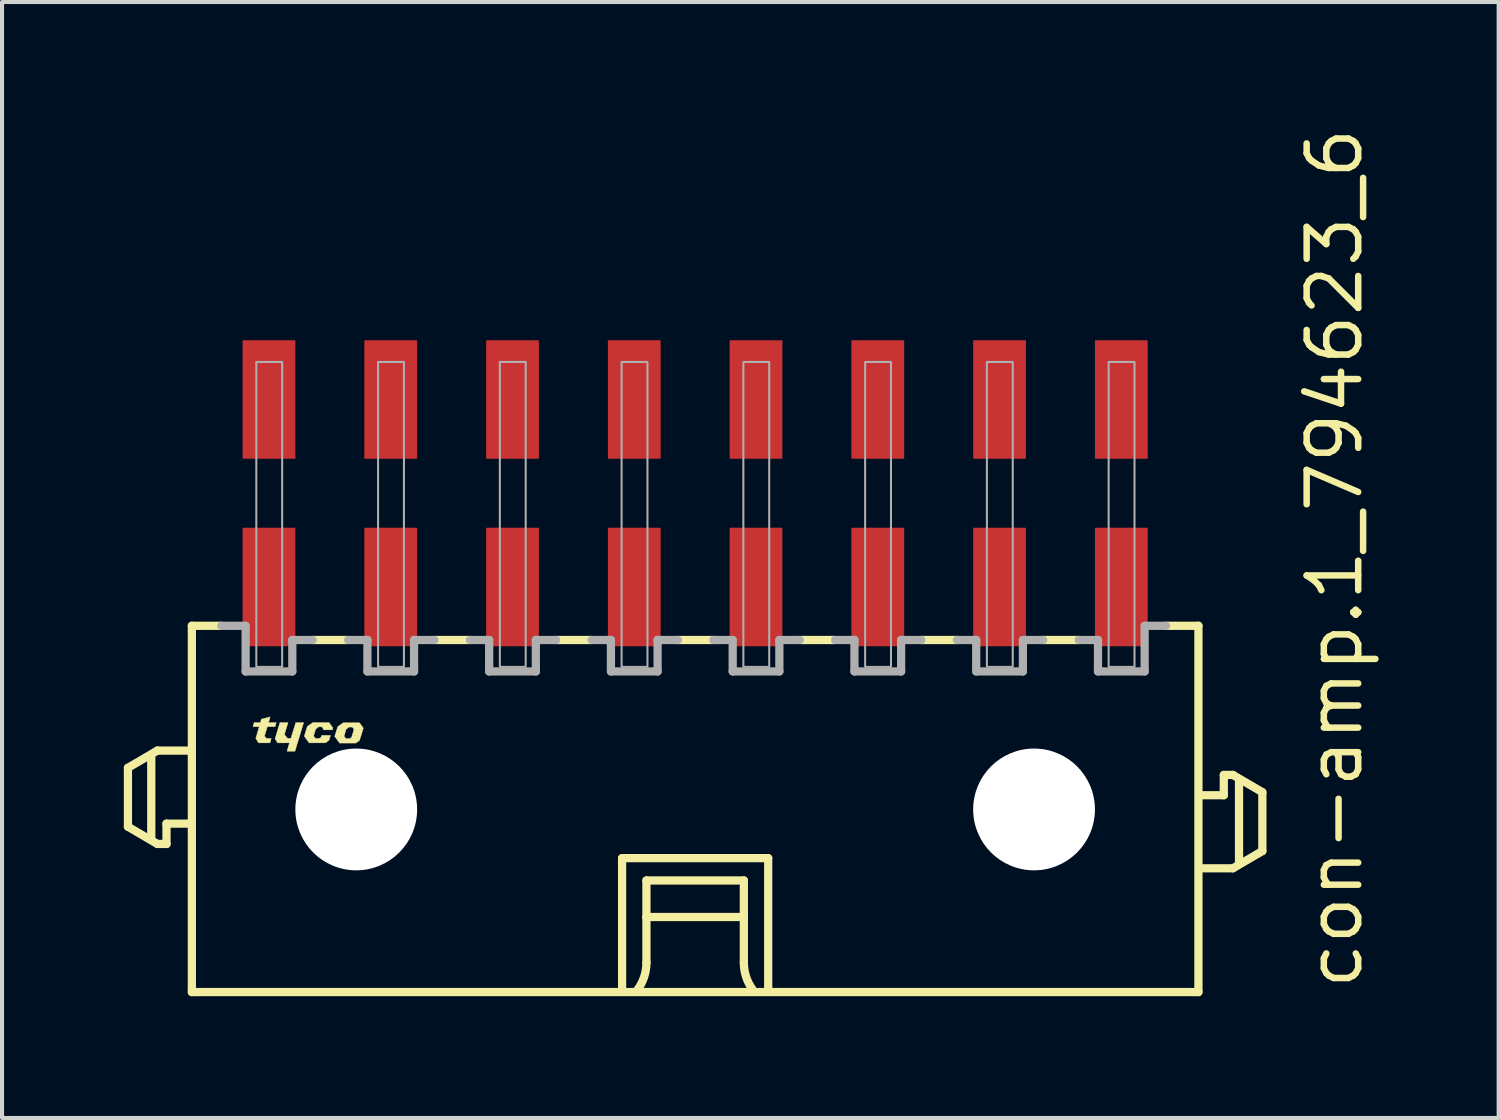
<source format=kicad_pcb>
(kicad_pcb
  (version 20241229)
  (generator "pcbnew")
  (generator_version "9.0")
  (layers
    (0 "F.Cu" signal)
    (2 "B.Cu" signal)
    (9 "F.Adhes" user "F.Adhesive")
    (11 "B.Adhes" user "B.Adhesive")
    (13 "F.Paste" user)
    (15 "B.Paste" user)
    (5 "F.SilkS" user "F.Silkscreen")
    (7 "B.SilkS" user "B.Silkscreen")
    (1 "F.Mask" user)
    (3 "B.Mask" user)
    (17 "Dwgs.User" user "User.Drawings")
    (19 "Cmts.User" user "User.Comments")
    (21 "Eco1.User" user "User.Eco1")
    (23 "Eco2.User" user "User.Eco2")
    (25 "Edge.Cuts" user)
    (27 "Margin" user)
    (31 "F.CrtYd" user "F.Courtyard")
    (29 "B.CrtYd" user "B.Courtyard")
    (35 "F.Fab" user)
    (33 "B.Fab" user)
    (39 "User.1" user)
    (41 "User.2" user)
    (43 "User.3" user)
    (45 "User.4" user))
  (footprint "con-amp.1_794623_6"
    (layer "F.Cu")
    (at 14.077 16.893)
    (property "Reference" "con-amp.1_794623_6" (at 16.5 4.5 90) (layer "F.SilkS") (effects (font (size 1.27 1.27) (thickness 0.16)) (justify left bottom)))
    (attr smd)
    (fp_line (start -13.975 -1.025) (end -13.975 0.425) (stroke (width 0.203) (type default)) (layer "F.SilkS"))
    (fp_line (start -13.975 0.425) (end -13.25 0.85) (stroke (width 0.203) (type default)) (layer "F.SilkS"))
    (fp_line (start -13.4 0.7) (end -13.4 -1.3) (stroke (width 0.203) (type default)) (layer "F.SilkS"))
    (fp_line (start -13.25 -1.45) (end -13.975 -1.025) (stroke (width 0.203) (type default)) (layer "F.SilkS"))
    (fp_line (start -13.25 0.85) (end -13.025 0.85) (stroke (width 0.203) (type default)) (layer "F.SilkS"))
    (fp_line (start -13.025 0.35) (end -12.5 0.35) (stroke (width 0.203) (type default)) (layer "F.SilkS"))
    (fp_line (start -13.025 0.85) (end -13.025 0.35) (stroke (width 0.203) (type default)) (layer "F.SilkS"))
    (fp_line (start -12.5 -1.45) (end -13.25 -1.45) (stroke (width 0.203) (type default)) (layer "F.SilkS"))
    (fp_line (start -12.4 -4.525) (end -12.4 4.5) (stroke (width 0.203) (type default)) (layer "F.SilkS"))
    (fp_line (start -12.4 -4.525) (end -11.675 -4.525) (stroke (width 0.203) (type default)) (layer "F.SilkS"))
    (fp_line (start -12.4 4.5) (end 12.4 4.5) (stroke (width 0.203) (type default)) (layer "F.SilkS"))
    (fp_line (start -8.55 -4.175) (end -9.425 -4.175) (stroke (width 0.203) (type default)) (layer "F.SilkS"))
    (fp_line (start -5.55 -4.175) (end -6.425 -4.175) (stroke (width 0.203) (type default)) (layer "F.SilkS"))
    (fp_line (start -2.55 -4.175) (end -3.425 -4.175) (stroke (width 0.203) (type default)) (layer "F.SilkS"))
    (fp_line (start -1.8 1.2) (end 1.8 1.2) (stroke (width 0.203) (type default)) (layer "F.SilkS"))
    (fp_line (start -1.8 4.4) (end -1.8 1.2) (stroke (width 0.203) (type default)) (layer "F.SilkS"))
    (fp_line (start -1.2 1.75) (end -1.2 2.65) (stroke (width 0.203) (type default)) (layer "F.SilkS"))
    (fp_line (start -1.2 2.65) (end -1.2 3.775) (stroke (width 0.203) (type default)) (layer "F.SilkS"))
    (fp_line (start -1.2 2.65) (end 1.2 2.65) (stroke (width 0.203) (type default)) (layer "F.SilkS"))
    (fp_line (start 0.45 -4.175) (end -0.425 -4.175) (stroke (width 0.203) (type default)) (layer "F.SilkS"))
    (fp_line (start 1.2 1.75) (end -1.2 1.75) (stroke (width 0.203) (type default)) (layer "F.SilkS"))
    (fp_line (start 1.2 2.65) (end 1.2 1.75) (stroke (width 0.203) (type default)) (layer "F.SilkS"))
    (fp_line (start 1.2 2.65) (end 1.2 3.775) (stroke (width 0.203) (type default)) (layer "F.SilkS"))
    (fp_line (start 1.8 1.2) (end 1.8 4.4) (stroke (width 0.203) (type default)) (layer "F.SilkS"))
    (fp_line (start 3.45 -4.175) (end 2.575 -4.175) (stroke (width 0.203) (type default)) (layer "F.SilkS"))
    (fp_line (start 6.45 -4.175) (end 5.575 -4.175) (stroke (width 0.203) (type default)) (layer "F.SilkS"))
    (fp_line (start 9.45 -4.175) (end 8.575 -4.175) (stroke (width 0.203) (type default)) (layer "F.SilkS"))
    (fp_line (start 12.4 -4.525) (end 11.6 -4.525) (stroke (width 0.203) (type default)) (layer "F.SilkS"))
    (fp_line (start 12.4 4.5) (end 12.4 -4.525) (stroke (width 0.203) (type default)) (layer "F.SilkS"))
    (fp_line (start 12.5 1.45) (end 13.25 1.45) (stroke (width 0.203) (type default)) (layer "F.SilkS"))
    (fp_line (start 13.025 -0.85) (end 13.025 -0.35) (stroke (width 0.203) (type default)) (layer "F.SilkS"))
    (fp_line (start 13.025 -0.35) (end 12.5 -0.35) (stroke (width 0.203) (type default)) (layer "F.SilkS"))
    (fp_line (start 13.25 -0.85) (end 13.025 -0.85) (stroke (width 0.203) (type default)) (layer "F.SilkS"))
    (fp_line (start 13.25 1.45) (end 13.975 1.025) (stroke (width 0.203) (type default)) (layer "F.SilkS"))
    (fp_line (start 13.4 1.3) (end 13.4 -0.7) (stroke (width 0.203) (type default)) (layer "F.SilkS"))
    (fp_line (start 13.975 -0.425) (end 13.25 -0.85) (stroke (width 0.203) (type default)) (layer "F.SilkS"))
    (fp_line (start 13.975 1.025) (end 13.975 -0.425) (stroke (width 0.203) (type default)) (layer "F.SilkS"))
    (fp_arc (start -1.2 3.775) (mid -1.257731 4.130756) (end -1.425 4.45) (stroke (width 0.2032) (type default)) (layer "F.SilkS"))
    (fp_arc (start 1.425 4.45) (mid 1.257731 4.130756) (end 1.2 3.775) (stroke (width 0.2032) (type default)) (layer "F.SilkS"))
    (fp_poly (pts (xy -10.23 -2.14) (xy -10.03 -2.14) (xy -10.12 -1.845) (xy -10.04 -1.75) (xy -9.96 -1.75) (xy -9.84 -2.14) (xy -9.645 -2.14) (xy -9.86 -1.435) (xy -10.055 -1.435) (xy -9.995 -1.64) (xy -10.285 -1.64) (xy -10.35 -1.74)) (stroke (width 0.01) (type default)) (fill yes) (layer "F.SilkS"))
    (fp_poly (pts (xy -10.865 -2.14) (xy -10.71 -2.14) (xy -10.688 -2.225) (xy -10.47 -2.28) (xy -10.51 -2.14) (xy -10.32 -2.14) (xy -10.35 -2.04) (xy -10.54 -2.04) (xy -10.61 -1.81) (xy -10.565 -1.75) (xy -10.445 -1.75) (xy -10.475 -1.64) (xy -10.755 -1.64) (xy -10.825 -1.75) (xy -10.74 -2.04) (xy -10.895 -2.04)) (stroke (width 0.01) (type default)) (fill yes) (layer "F.SilkS"))
    (fp_poly (pts (xy -9.16 -1.96) (xy -8.94 -1.96) (xy -8.925 -2.01) (xy -9.02 -2.14) (xy -9.42 -2.14) (xy -9.555 -2.045) (xy -9.63 -1.805) (xy -9.51 -1.64) (xy -9.11 -1.64) (xy -9.02 -1.705) (xy -8.985 -1.825) (xy -9.2 -1.825) (xy -9.215 -1.78) (xy -9.26 -1.75) (xy -9.355 -1.75) (xy -9.4 -1.81) (xy -9.35 -1.98) (xy -9.28 -2.035) (xy -9.195 -2.035) (xy -9.155 -1.975)) (stroke (width 0.01) (type default)) (fill yes) (layer "F.SilkS"))
    (fp_poly (pts (xy -8.45 -1.825) (xy -8.23 -1.825) (xy -8.175 -2.005) (xy -8.27 -2.135) (xy -8.67 -2.135) (xy -8.805 -2.04) (xy -8.88 -1.8) (xy -8.76 -1.635) (xy -8.36 -1.635) (xy -8.27 -1.7) (xy -8.23 -1.825) (xy -8.45 -1.82) (xy -8.465 -1.775) (xy -8.51 -1.745) (xy -8.605 -1.745) (xy -8.65 -1.805) (xy -8.6 -1.975) (xy -8.53 -2.03) (xy -8.445 -2.03) (xy -8.405 -1.97)) (stroke (width 0.01) (type default)) (fill yes) (layer "F.SilkS"))
    (fp_line (start -11.075 -4.525) (end -11.675 -4.525) (stroke (width 0.203) (type default)) (layer "F.Fab"))
    (fp_line (start -11.075 -3.4) (end -11.075 -4.525) (stroke (width 0.203) (type default)) (layer "F.Fab"))
    (fp_line (start -9.925 -4.175) (end -9.925 -3.4) (stroke (width 0.203) (type default)) (layer "F.Fab"))
    (fp_line (start -9.925 -3.4) (end -11.075 -3.4) (stroke (width 0.203) (type default)) (layer "F.Fab"))
    (fp_line (start -9.425 -4.175) (end -9.925 -4.175) (stroke (width 0.203) (type default)) (layer "F.Fab"))
    (fp_line (start -8.075 -4.175) (end -8.55 -4.175) (stroke (width 0.203) (type default)) (layer "F.Fab"))
    (fp_line (start -8.075 -3.4) (end -8.075 -4.175) (stroke (width 0.203) (type default)) (layer "F.Fab"))
    (fp_line (start -6.925 -4.175) (end -6.925 -3.4) (stroke (width 0.203) (type default)) (layer "F.Fab"))
    (fp_line (start -6.925 -3.4) (end -8.075 -3.4) (stroke (width 0.203) (type default)) (layer "F.Fab"))
    (fp_line (start -6.425 -4.175) (end -6.925 -4.175) (stroke (width 0.203) (type default)) (layer "F.Fab"))
    (fp_line (start -5.075 -4.175) (end -5.55 -4.175) (stroke (width 0.203) (type default)) (layer "F.Fab"))
    (fp_line (start -5.075 -3.4) (end -5.075 -4.175) (stroke (width 0.203) (type default)) (layer "F.Fab"))
    (fp_line (start -3.925 -4.175) (end -3.925 -3.4) (stroke (width 0.203) (type default)) (layer "F.Fab"))
    (fp_line (start -3.925 -3.4) (end -5.075 -3.4) (stroke (width 0.203) (type default)) (layer "F.Fab"))
    (fp_line (start -3.425 -4.175) (end -3.925 -4.175) (stroke (width 0.203) (type default)) (layer "F.Fab"))
    (fp_line (start -2.075 -4.175) (end -2.55 -4.175) (stroke (width 0.203) (type default)) (layer "F.Fab"))
    (fp_line (start -2.075 -3.4) (end -2.075 -4.175) (stroke (width 0.203) (type default)) (layer "F.Fab"))
    (fp_line (start -0.925 -4.175) (end -0.925 -3.4) (stroke (width 0.203) (type default)) (layer "F.Fab"))
    (fp_line (start -0.925 -3.4) (end -2.075 -3.4) (stroke (width 0.203) (type default)) (layer "F.Fab"))
    (fp_line (start -0.425 -4.175) (end -0.925 -4.175) (stroke (width 0.203) (type default)) (layer "F.Fab"))
    (fp_line (start 0.925 -4.175) (end 0.45 -4.175) (stroke (width 0.203) (type default)) (layer "F.Fab"))
    (fp_line (start 0.925 -3.4) (end 0.925 -4.175) (stroke (width 0.203) (type default)) (layer "F.Fab"))
    (fp_line (start 2.075 -4.175) (end 2.075 -3.4) (stroke (width 0.203) (type default)) (layer "F.Fab"))
    (fp_line (start 2.075 -3.4) (end 0.925 -3.4) (stroke (width 0.203) (type default)) (layer "F.Fab"))
    (fp_line (start 2.575 -4.175) (end 2.075 -4.175) (stroke (width 0.203) (type default)) (layer "F.Fab"))
    (fp_line (start 3.925 -4.175) (end 3.45 -4.175) (stroke (width 0.203) (type default)) (layer "F.Fab"))
    (fp_line (start 3.925 -3.4) (end 3.925 -4.175) (stroke (width 0.203) (type default)) (layer "F.Fab"))
    (fp_line (start 5.075 -4.175) (end 5.075 -3.4) (stroke (width 0.203) (type default)) (layer "F.Fab"))
    (fp_line (start 5.075 -3.4) (end 3.925 -3.4) (stroke (width 0.203) (type default)) (layer "F.Fab"))
    (fp_line (start 5.575 -4.175) (end 5.075 -4.175) (stroke (width 0.203) (type default)) (layer "F.Fab"))
    (fp_line (start 6.925 -4.175) (end 6.45 -4.175) (stroke (width 0.203) (type default)) (layer "F.Fab"))
    (fp_line (start 6.925 -3.4) (end 6.925 -4.175) (stroke (width 0.203) (type default)) (layer "F.Fab"))
    (fp_line (start 8.075 -4.175) (end 8.075 -3.4) (stroke (width 0.203) (type default)) (layer "F.Fab"))
    (fp_line (start 8.075 -3.4) (end 6.925 -3.4) (stroke (width 0.203) (type default)) (layer "F.Fab"))
    (fp_line (start 8.575 -4.175) (end 8.075 -4.175) (stroke (width 0.203) (type default)) (layer "F.Fab"))
    (fp_line (start 9.925 -4.175) (end 9.45 -4.175) (stroke (width 0.203) (type default)) (layer "F.Fab"))
    (fp_line (start 9.925 -3.4) (end 9.925 -4.175) (stroke (width 0.203) (type default)) (layer "F.Fab"))
    (fp_line (start 11.075 -4.525) (end 11.075 -3.4) (stroke (width 0.203) (type default)) (layer "F.Fab"))
    (fp_line (start 11.075 -3.4) (end 9.925 -3.4) (stroke (width 0.203) (type default)) (layer "F.Fab"))
    (fp_line (start 11.6 -4.525) (end 11.075 -4.525) (stroke (width 0.203) (type default)) (layer "F.Fab"))
    (fp_rect (start -10.812 -3.513) (end -10.175 -11.025) (stroke (width 0.05) (type default)) (fill no) (layer "F.Fab"))
    (fp_rect (start -7.812 -3.513) (end -7.175 -11.025) (stroke (width 0.05) (type default)) (fill no) (layer "F.Fab"))
    (fp_rect (start -4.812 -3.513) (end -4.175 -11.025) (stroke (width 0.05) (type default)) (fill no) (layer "F.Fab"))
    (fp_rect (start -1.812 -3.513) (end -1.175 -11.025) (stroke (width 0.05) (type default)) (fill no) (layer "F.Fab"))
    (fp_rect (start 1.188 -3.513) (end 1.825 -11.025) (stroke (width 0.05) (type default)) (fill no) (layer "F.Fab"))
    (fp_rect (start 4.188 -3.513) (end 4.825 -11.025) (stroke (width 0.05) (type default)) (fill no) (layer "F.Fab"))
    (fp_rect (start 7.188 -3.513) (end 7.825 -11.025) (stroke (width 0.05) (type default)) (fill no) (layer "F.Fab"))
    (fp_rect (start 10.188 -3.513) (end 10.825 -11.025) (stroke (width 0.05) (type default)) (fill no) (layer "F.Fab"))
    (pad "" np_thru_hole circle (at -8.35 0) (size 3 3) (drill 3) (layers "*.Cu" "*.Mask"))
    (pad "" np_thru_hole circle (at 8.35 0) (size 3 3) (drill 3) (layers "*.Cu" "*.Mask"))
    (pad "1" smd roundrect (at 10.5 -10.1) (size 1.3 2.92) (layers "F.Cu" "F.Mask" "F.Paste") (roundrect_rratio 0.01))
    (pad "2" smd roundrect (at 10.5 -5.48) (size 1.3 2.92) (layers "F.Cu" "F.Mask" "F.Paste") (roundrect_rratio 0.01))
    (pad "3" smd roundrect (at 7.5 -10.1) (size 1.3 2.92) (layers "F.Cu" "F.Mask" "F.Paste") (roundrect_rratio 0.01))
    (pad "4" smd roundrect (at 7.5 -5.48) (size 1.3 2.92) (layers "F.Cu" "F.Mask" "F.Paste") (roundrect_rratio 0.01))
    (pad "5" smd roundrect (at 4.5 -10.1) (size 1.3 2.92) (layers "F.Cu" "F.Mask" "F.Paste") (roundrect_rratio 0.01))
    (pad "6" smd roundrect (at 4.5 -5.48) (size 1.3 2.92) (layers "F.Cu" "F.Mask" "F.Paste") (roundrect_rratio 0.01))
    (pad "7" smd roundrect (at 1.5 -10.1) (size 1.3 2.92) (layers "F.Cu" "F.Mask" "F.Paste") (roundrect_rratio 0.01))
    (pad "8" smd roundrect (at 1.5 -5.48) (size 1.3 2.92) (layers "F.Cu" "F.Mask" "F.Paste") (roundrect_rratio 0.01))
    (pad "9" smd roundrect (at -1.5 -10.1) (size 1.3 2.92) (layers "F.Cu" "F.Mask" "F.Paste") (roundrect_rratio 0.01))
    (pad "10" smd roundrect (at -1.5 -5.48) (size 1.3 2.92) (layers "F.Cu" "F.Mask" "F.Paste") (roundrect_rratio 0.01))
    (pad "11" smd roundrect (at -4.5 -10.1) (size 1.3 2.92) (layers "F.Cu" "F.Mask" "F.Paste") (roundrect_rratio 0.01))
    (pad "12" smd roundrect (at -4.5 -5.48) (size 1.3 2.92) (layers "F.Cu" "F.Mask" "F.Paste") (roundrect_rratio 0.01))
    (pad "13" smd roundrect (at -7.5 -10.1) (size 1.3 2.92) (layers "F.Cu" "F.Mask" "F.Paste") (roundrect_rratio 0.01))
    (pad "14" smd roundrect (at -7.5 -5.48) (size 1.3 2.92) (layers "F.Cu" "F.Mask" "F.Paste") (roundrect_rratio 0.01))
    (pad "15" smd roundrect (at -10.5 -10.1) (size 1.3 2.92) (layers "F.Cu" "F.Mask" "F.Paste") (roundrect_rratio 0.01))
    (pad "16" smd roundrect (at -10.5 -5.48) (size 1.3 2.92) (layers "F.Cu" "F.Mask" "F.Paste") (roundrect_rratio 0.01)))
  (gr_rect
    (start -3 -3)
    (end 33.874 24.494)
    (stroke (width 0.1) (type default))
    (fill no)
    (layer "Edge.Cuts")))
</source>
